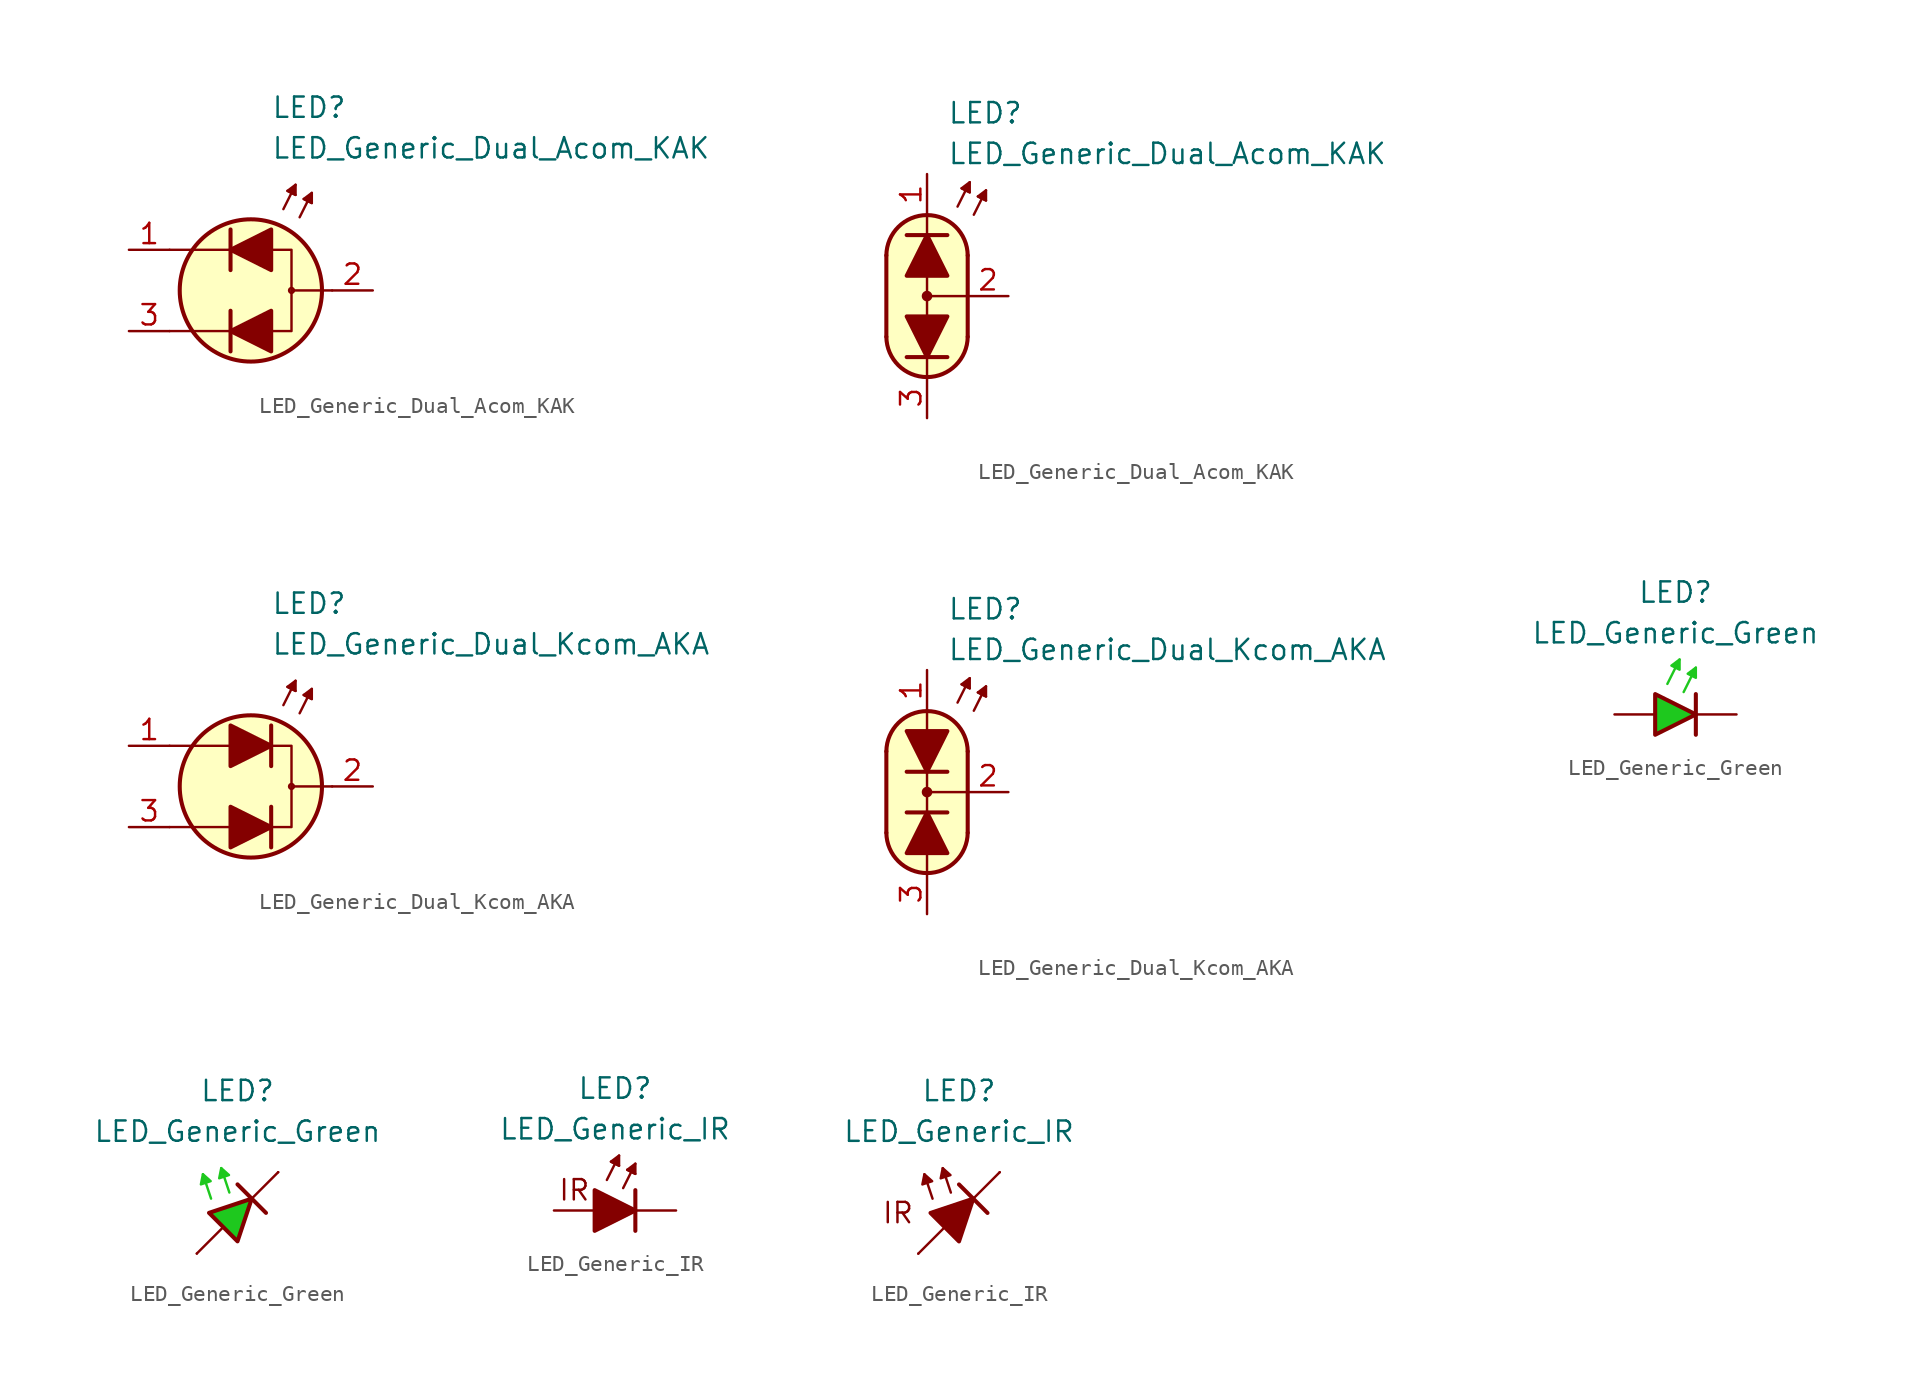
<source format=kicad_sym>
(kicad_symbol_lib
  (version 20231120)
  (generator "kicad_symbol_editor")
  (generator_version "8.0")
  (symbol "LED_Generic_Dual_Acom_KAK"
    (pin_names
      (offset 1.016) hide)
    (property "Reference" "LED"
      (at 1.27 11.43 0)
      (effects (font (size 1.27 1.27)) (justify left)))
    (property "Value" "LED_Generic_Dual_Acom_KAK"
      (at 1.27 8.89 0)
      (effects (font (size 1.27 1.27)) (justify left)))
    (symbol "LED_Generic_Dual_Acom_KAK_0_1"
      (polyline (pts (xy -1.27 -3.81) (xy -1.27 -1.27)) (stroke (width 0.254) (type default)) (fill (type none)))
      (polyline (pts (xy -1.27 -2.54) (xy -5.08 -2.54)) (stroke (width 0.152) (type default)) (fill (type none)))
      (polyline (pts (xy -1.27 -2.54) (xy 1.27 -2.54)) (stroke (width 0) (type default)) (fill (type none)))
      (polyline (pts (xy -1.27 1.27) (xy -1.27 3.81)) (stroke (width 0.254) (type default)) (fill (type none)))
      (polyline (pts (xy -1.27 2.54) (xy -5.08 2.54)) (stroke (width 0.152) (type default)) (fill (type none)))
      (polyline (pts (xy 1.27 2.54) (xy -1.27 2.54)) (stroke (width 0) (type default)) (fill (type none)))
      (polyline (pts (xy 2.032 5.08) (xy 2.794 6.604)) (stroke (width 0.152) (type default)) (fill (type none)))
      (polyline (pts (xy 2.54 6.096) (xy 2.286 6.223)) (stroke (width 0.152) (type default)) (fill (type none)))
      (polyline (pts (xy 2.54 6.096) (xy 2.794 5.969)) (stroke (width 0.152) (type default)) (fill (type none)))
      (polyline (pts (xy 3.048 4.572) (xy 3.81 6.096)) (stroke (width 0.152) (type default)) (fill (type none)))
      (polyline (pts (xy 3.556 5.588) (xy 3.302 5.715)) (stroke (width 0.152) (type default)) (fill (type none)))
      (polyline (pts (xy 3.556 5.588) (xy 3.81 5.461)) (stroke (width 0.152) (type default)) (fill (type none)))
      (polyline (pts (xy 1.27 -3.81) (xy 1.27 -1.27) (xy -1.27 -2.54) (xy 1.27 -3.81)) (stroke (width 0.254) (type default)) (fill (type outline)))
      (polyline (pts (xy 1.27 1.27) (xy 1.27 3.81) (xy -1.27 2.54) (xy 1.27 1.27)) (stroke (width 0.254) (type default)) (fill (type outline)))
      (polyline (pts (xy 2.794 5.969) (xy 2.286 6.223) (xy 2.794 6.604) (xy 2.794 5.969)) (stroke (width 0.152) (type default)) (fill (type outline)))
      (polyline (pts (xy 3.81 5.461) (xy 3.302 5.715) (xy 3.81 6.096) (xy 3.81 5.461)) (stroke (width 0.152) (type default)) (fill (type outline)))
      (circle (center 0 0) (radius 4.445) (stroke (width 0.254) (type default)) (fill (type background)))
      (circle (center 2.54 0) (radius 0.152) (stroke (width 0.152) (type default)) (fill (type none))))
    (symbol "LED_Generic_Dual_Acom_KAK_0_2"
      (arc (start -2.54 -2.54) (mid 0 -5.0576) (end 2.54 -2.54) (stroke (width 0.254) (type default)) (fill (type none)))
      (polyline (pts (xy -2.54 2.54) (xy -2.54 -2.54)) (stroke (width 0.254) (type default)) (fill (type none)))
      (polyline (pts (xy -1.27 3.81) (xy 1.27 3.81)) (stroke (width 0.254) (type default)) (fill (type none)))
      (polyline (pts (xy 0 -5.08) (xy 0 -3.81)) (stroke (width 0) (type default)) (fill (type none)))
      (polyline (pts (xy 0 -1.27) (xy 0 1.27)) (stroke (width 0) (type default)) (fill (type none)))
      (polyline (pts (xy 0 5.08) (xy 0 3.81)) (stroke (width 0) (type default)) (fill (type none)))
      (polyline (pts (xy 1.27 -3.81) (xy -1.27 -3.81)) (stroke (width 0.254) (type default)) (fill (type none)))
      (polyline (pts (xy 1.905 5.588) (xy 2.667 7.112)) (stroke (width 0.152) (type default)) (fill (type none)))
      (polyline (pts (xy 2.413 6.604) (xy 2.159 6.731)) (stroke (width 0.152) (type default)) (fill (type none)))
      (polyline (pts (xy 2.413 6.604) (xy 2.667 6.477)) (stroke (width 0.152) (type default)) (fill (type none)))
      (polyline (pts (xy 2.54 -2.54) (xy 2.54 2.54)) (stroke (width 0.254) (type default)) (fill (type none)))
      (polyline (pts (xy 2.54 0) (xy 0 0)) (stroke (width 0) (type default)) (fill (type none)))
      (polyline (pts (xy 2.921 5.08) (xy 3.683 6.604)) (stroke (width 0.152) (type default)) (fill (type none)))
      (polyline (pts (xy 3.429 6.096) (xy 3.175 6.223)) (stroke (width 0.152) (type default)) (fill (type none)))
      (polyline (pts (xy 3.429 6.096) (xy 3.683 5.969)) (stroke (width 0.152) (type default)) (fill (type none)))
      (polyline (pts (xy 2.667 6.477) (xy 2.159 6.731) (xy 2.667 7.112) (xy 2.667 6.477)) (stroke (width 0.152) (type default)) (fill (type outline)))
      (polyline (pts (xy 3.683 5.969) (xy 3.175 6.223) (xy 3.683 6.604) (xy 3.683 5.969)) (stroke (width 0.152) (type default)) (fill (type outline)))
      (polyline (pts (xy 0 5.08) (xy 1.016 4.826) (xy 1.778 4.318) (xy 2.286 3.556) (xy 2.54 3.048) (xy 2.54 -2.794) (xy 2.286 -3.556) (xy 1.778 -4.318) (xy 1.016 -4.826) (xy 0.254 -5.08) (xy -0.254 -5.08) (xy -1.016 -4.826) (xy -1.524 -4.572) (xy -2.032 -4.064) (xy -2.286 -3.556) (xy -2.54 -2.794) (xy -2.54 2.794) (xy -2.286 3.556) (xy -2.032 4.064) (xy -1.524 4.572) (xy -1.016 4.826) (xy 0 5.08)) (stroke (width 0.01) (type default)) (fill (type background)))
      (circle (center 0 0) (radius 0.254) (stroke (width 0) (type default)) (fill (type outline)))
      (arc (start 2.54 2.54) (mid 0 5.0576) (end -2.54 2.54) (stroke (width 0.254) (type default)) (fill (type none))))
    (symbol "LED_Generic_Dual_Acom_KAK_1_1"
      (polyline (pts (xy 5.08 0) (xy 2.54 0)) (stroke (width 0.152) (type default)) (fill (type none)))
      (polyline (pts (xy 1.27 2.54) (xy 2.54 2.54) (xy 2.54 -2.54) (xy 1.27 -2.54)) (stroke (width 0.152) (type default)) (fill (type none)))
      (pin passive line (at -7.62 2.54 0) (length 2.54) (name "A1" (effects (font (size 1.27 1.27)))) (number "1" (effects (font (size 1.27 1.27)))))
      (pin passive line (at 7.62 0 180) (length 2.54) (name "K" (effects (font (size 1.27 1.27)))) (number "2" (effects (font (size 1.27 1.27)))))
      (pin passive line (at -7.62 -2.54 0) (length 2.54) (name "A2" (effects (font (size 1.27 1.27)))) (number "3" (effects (font (size 1.27 1.27))))))
    (symbol "LED_Generic_Dual_Acom_KAK_1_2"
      (polyline (pts (xy -1.27 1.27) (xy 1.27 1.27) (xy 0 3.81) (xy -1.27 1.27)) (stroke (width 0.254) (type default)) (fill (type outline)))
      (polyline (pts (xy 1.27 -1.27) (xy -1.27 -1.27) (xy 0 -3.81) (xy 1.27 -1.27)) (stroke (width 0.254) (type default)) (fill (type outline)))
      (pin passive line (at 0 7.62 270) (length 2.54) (name "A1" (effects (font (size 1.27 1.27)))) (number "1" (effects (font (size 1.27 1.27)))))
      (pin passive line (at 5.08 0 180) (length 2.54) (name "K" (effects (font (size 1.27 1.27)))) (number "2" (effects (font (size 1.27 1.27)))))
      (pin passive line (at 0 -7.62 90) (length 2.54) (name "A2" (effects (font (size 1.27 1.27)))) (number "3" (effects (font (size 1.27 1.27)))))))
  (symbol "LED_Generic_Dual_Kcom_AKA"
    (pin_names
      (offset 1.016) hide)
    (property "Reference" "LED"
      (at 1.27 11.43 0)
      (effects (font (size 1.27 1.27)) (justify left)))
    (property "Value" "LED_Generic_Dual_Kcom_AKA"
      (at 1.27 8.89 0)
      (effects (font (size 1.27 1.27)) (justify left)))
    (symbol "LED_Generic_Dual_Kcom_AKA_0_1"
      (polyline (pts (xy -1.27 -2.54) (xy -5.08 -2.54)) (stroke (width 0.152) (type default)) (fill (type none)))
      (polyline (pts (xy -1.27 -2.54) (xy 1.27 -2.54)) (stroke (width 0) (type default)) (fill (type none)))
      (polyline (pts (xy -1.27 2.54) (xy -5.08 2.54)) (stroke (width 0.152) (type default)) (fill (type none)))
      (polyline (pts (xy 1.27 -1.27) (xy 1.27 -3.81)) (stroke (width 0.254) (type default)) (fill (type none)))
      (polyline (pts (xy 1.27 2.54) (xy -1.27 2.54)) (stroke (width 0) (type default)) (fill (type none)))
      (polyline (pts (xy 1.27 3.81) (xy 1.27 1.27)) (stroke (width 0.254) (type default)) (fill (type none)))
      (polyline (pts (xy 2.032 5.08) (xy 2.794 6.604)) (stroke (width 0.152) (type default)) (fill (type none)))
      (polyline (pts (xy 2.54 6.096) (xy 2.286 6.223)) (stroke (width 0.152) (type default)) (fill (type none)))
      (polyline (pts (xy 2.54 6.096) (xy 2.794 5.969)) (stroke (width 0.152) (type default)) (fill (type none)))
      (polyline (pts (xy 3.048 4.572) (xy 3.81 6.096)) (stroke (width 0.152) (type default)) (fill (type none)))
      (polyline (pts (xy 3.556 5.588) (xy 3.302 5.715)) (stroke (width 0.152) (type default)) (fill (type none)))
      (polyline (pts (xy 3.556 5.588) (xy 3.81 5.461)) (stroke (width 0.152) (type default)) (fill (type none)))
      (polyline (pts (xy -1.27 -1.27) (xy -1.27 -3.81) (xy 1.27 -2.54) (xy -1.27 -1.27)) (stroke (width 0.254) (type default)) (fill (type outline)))
      (polyline (pts (xy -1.27 3.81) (xy -1.27 1.27) (xy 1.27 2.54) (xy -1.27 3.81)) (stroke (width 0.254) (type default)) (fill (type outline)))
      (polyline (pts (xy 2.794 5.969) (xy 2.286 6.223) (xy 2.794 6.604) (xy 2.794 5.969)) (stroke (width 0.152) (type default)) (fill (type outline)))
      (polyline (pts (xy 3.81 5.461) (xy 3.302 5.715) (xy 3.81 6.096) (xy 3.81 5.461)) (stroke (width 0.152) (type default)) (fill (type outline)))
      (circle (center 0 0) (radius 4.445) (stroke (width 0.254) (type default)) (fill (type background)))
      (circle (center 2.54 0) (radius 0.152) (stroke (width 0.152) (type default)) (fill (type none))))
    (symbol "LED_Generic_Dual_Kcom_AKA_0_2"
      (arc (start -2.54 -2.54) (mid 0 -5.0576) (end 2.54 -2.54) (stroke (width 0.254) (type default)) (fill (type none)))
      (polyline (pts (xy -2.54 2.54) (xy -2.54 -2.54)) (stroke (width 0.254) (type default)) (fill (type none)))
      (polyline (pts (xy -1.27 -1.27) (xy 1.27 -1.27)) (stroke (width 0.254) (type default)) (fill (type none)))
      (polyline (pts (xy 0 -5.08) (xy 0 -3.81)) (stroke (width 0) (type default)) (fill (type none)))
      (polyline (pts (xy 0 -1.27) (xy 0 1.27)) (stroke (width 0) (type default)) (fill (type none)))
      (polyline (pts (xy 0 5.08) (xy 0 3.81)) (stroke (width 0) (type default)) (fill (type none)))
      (polyline (pts (xy 1.27 1.27) (xy -1.27 1.27)) (stroke (width 0.254) (type default)) (fill (type none)))
      (polyline (pts (xy 1.905 5.588) (xy 2.667 7.112)) (stroke (width 0.152) (type default)) (fill (type none)))
      (polyline (pts (xy 2.413 6.604) (xy 2.159 6.731)) (stroke (width 0.152) (type default)) (fill (type none)))
      (polyline (pts (xy 2.413 6.604) (xy 2.667 6.477)) (stroke (width 0.152) (type default)) (fill (type none)))
      (polyline (pts (xy 2.54 -2.54) (xy 2.54 2.54)) (stroke (width 0.254) (type default)) (fill (type none)))
      (polyline (pts (xy 2.54 0) (xy 0 0)) (stroke (width 0) (type default)) (fill (type none)))
      (polyline (pts (xy 2.921 5.08) (xy 3.683 6.604)) (stroke (width 0.152) (type default)) (fill (type none)))
      (polyline (pts (xy 3.429 6.096) (xy 3.175 6.223)) (stroke (width 0.152) (type default)) (fill (type none)))
      (polyline (pts (xy 3.429 6.096) (xy 3.683 5.969)) (stroke (width 0.152) (type default)) (fill (type none)))
      (polyline (pts (xy 2.667 6.477) (xy 2.159 6.731) (xy 2.667 7.112) (xy 2.667 6.477)) (stroke (width 0.152) (type default)) (fill (type outline)))
      (polyline (pts (xy 3.683 5.969) (xy 3.175 6.223) (xy 3.683 6.604) (xy 3.683 5.969)) (stroke (width 0.152) (type default)) (fill (type outline)))
      (polyline (pts (xy 0 5.08) (xy 1.016 4.826) (xy 1.778 4.318) (xy 2.286 3.556) (xy 2.54 3.048) (xy 2.54 -2.794) (xy 2.286 -3.556) (xy 1.778 -4.318) (xy 1.016 -4.826) (xy 0.254 -5.08) (xy -0.254 -5.08) (xy -1.016 -4.826) (xy -1.524 -4.572) (xy -2.032 -4.064) (xy -2.286 -3.556) (xy -2.54 -2.794) (xy -2.54 2.794) (xy -2.286 3.556) (xy -2.032 4.064) (xy -1.524 4.572) (xy -1.016 4.826) (xy 0 5.08)) (stroke (width 0.01) (type default)) (fill (type background)))
      (circle (center 0 0) (radius 0.254) (stroke (width 0) (type default)) (fill (type outline)))
      (arc (start 2.54 2.54) (mid 0 5.0576) (end -2.54 2.54) (stroke (width 0.254) (type default)) (fill (type none))))
    (symbol "LED_Generic_Dual_Kcom_AKA_1_1"
      (polyline (pts (xy 5.08 0) (xy 2.54 0)) (stroke (width 0.152) (type default)) (fill (type none)))
      (polyline (pts (xy 1.27 2.54) (xy 2.54 2.54) (xy 2.54 -2.54) (xy 1.27 -2.54)) (stroke (width 0.152) (type default)) (fill (type none)))
      (pin passive line (at -7.62 2.54 0) (length 2.54) (name "A1" (effects (font (size 1.27 1.27)))) (number "1" (effects (font (size 1.27 1.27)))))
      (pin passive line (at 7.62 0 180) (length 2.54) (name "K" (effects (font (size 1.27 1.27)))) (number "2" (effects (font (size 1.27 1.27)))))
      (pin passive line (at -7.62 -2.54 0) (length 2.54) (name "A2" (effects (font (size 1.27 1.27)))) (number "3" (effects (font (size 1.27 1.27))))))
    (symbol "LED_Generic_Dual_Kcom_AKA_1_2"
      (polyline (pts (xy -1.27 -3.81) (xy 1.27 -3.81) (xy 0 -1.27) (xy -1.27 -3.81)) (stroke (width 0.254) (type default)) (fill (type outline)))
      (polyline (pts (xy 1.27 3.81) (xy -1.27 3.81) (xy 0 1.27) (xy 1.27 3.81)) (stroke (width 0.254) (type default)) (fill (type outline)))
      (pin passive line (at 0 7.62 270) (length 2.54) (name "A1" (effects (font (size 1.27 1.27)))) (number "1" (effects (font (size 1.27 1.27)))))
      (pin passive line (at 5.08 0 180) (length 2.54) (name "K" (effects (font (size 1.27 1.27)))) (number "2" (effects (font (size 1.27 1.27)))))
      (pin passive line (at 0 -7.62 90) (length 2.54) (name "A2" (effects (font (size 1.27 1.27)))) (number "3" (effects (font (size 1.27 1.27)))))))
  (symbol "LED_Generic_Green"
    (pin_numbers hide)
    (pin_names
      (offset 1.016) hide)
    (property "Reference" "LED"
      (at 0 7.62 0)
      (effects (font (size 1.27 1.27))))
    (property "Value" "LED_Generic_Green"
      (at 0 5.08 0)
      (effects (font (size 1.27 1.27))))
    (symbol "LED_Generic_Green_0_1"
      (polyline (pts (xy -0.508 1.905) (xy 0.254 3.429)) (stroke (width 0.152) (type default) (color 30 200 30 1)) (fill (type none)))
      (polyline (pts (xy 0.508 1.397) (xy 1.27 2.921)) (stroke (width 0.152) (type default) (color 30 200 30 1)) (fill (type none)))
      (polyline (pts (xy 1.27 1.27) (xy 1.27 -1.27)) (stroke (width 0.254) (type default)) (fill (type none)))
      (polyline (pts (xy -1.27 1.27) (xy -1.27 -1.27) (xy 1.27 0) (xy -1.27 1.27)) (stroke (width 0.254) (type default)) (fill (type color) (color 30 200 30 1)))
      (polyline (pts (xy 0.254 2.794) (xy -0.254 3.048) (xy 0.254 3.429) (xy 0.254 2.794)) (stroke (width 0) (type solid) (color 30 200 30 1)) (fill (type outline)))
      (polyline (pts (xy 1.27 2.286) (xy 0.762 2.54) (xy 1.27 2.921) (xy 1.27 2.286)) (stroke (width 0.152) (type default) (color 30 200 30 1)) (fill (type outline))))
    (symbol "LED_Generic_Green_0_2"
      (polyline (pts (xy -2.54 -2.54) (xy -0.889 -0.889)) (stroke (width 0) (type default)) (fill (type none)))
      (polyline (pts (xy -1.651 0.889) (xy -2.159 2.413)) (stroke (width 0) (type default) (color 30 200 30 1)) (fill (type none)))
      (polyline (pts (xy -0.508 1.27) (xy -1.016 2.794)) (stroke (width 0) (type default) (color 30 200 30 1)) (fill (type none)))
      (polyline (pts (xy 0 1.778) (xy 1.778 0)) (stroke (width 0.254) (type default)) (fill (type none)))
      (polyline (pts (xy 0.889 0.889) (xy 2.54 2.54)) (stroke (width 0) (type default)) (fill (type none)))
      (polyline (pts (xy -0.889 -0.889) (xy -1.778 0) (xy 0.889 0.889) (xy 0 -1.778) (xy -0.889 -0.889)) (stroke (width 0.254) (type default)) (fill (type color) (color 30 200 30 1))))
    (symbol "LED_Generic_Green_1_1"
      (pin passive line (at 3.81 0 180) (length 2.54) (name "K" (effects (font (size 1.27 1.27)))) (number "1" (effects (font (size 1.27 1.27)))))
      (pin passive line (at -3.81 0 0) (length 2.54) (name "A" (effects (font (size 1.27 1.27)))) (number "2" (effects (font (size 1.27 1.27))))))
    (symbol "LED_Generic_Green_1_2"
      (polyline (pts (xy -2.159 2.413) (xy -2.286 1.778) (xy -1.676 1.981) (xy -2.159 2.413)) (stroke (width 0) (type default) (color 30 200 30 1)) (fill (type outline)))
      (polyline (pts (xy -1.016 2.794) (xy -1.143 2.159) (xy -0.533 2.362) (xy -1.016 2.794)) (stroke (width 0) (type default) (color 30 200 30 1)) (fill (type outline)))
      (pin passive line (at 2.54 2.54 180) (length 0) (name "K" (effects (font (size 1.27 1.27)))) (number "1" (effects (font (size 1.27 1.27)))))
      (pin passive line (at -2.54 -2.54 0) (length 0) (name "A" (effects (font (size 1.27 1.27)))) (number "2" (effects (font (size 1.27 1.27)))))))
  (symbol "LED_Generic_IR"
    (pin_numbers hide)
    (pin_names
      (offset 1.016) hide)
    (property "Reference" "LED"
      (at 0 7.62 0)
      (effects (font (size 1.27 1.27))))
    (property "Value" "LED_Generic_IR"
      (at 0 5.08 0)
      (effects (font (size 1.27 1.27))))
    (symbol "LED_Generic_IR_0_1"
      (polyline (pts (xy -0.508 1.905) (xy 0.254 3.429)) (stroke (width 0.152) (type default)) (fill (type none)))
      (polyline (pts (xy 0 2.921) (xy -0.254 3.048)) (stroke (width 0.152) (type default)) (fill (type none)))
      (polyline (pts (xy 0 2.921) (xy 0.254 2.794)) (stroke (width 0.152) (type default)) (fill (type none)))
      (polyline (pts (xy 0.508 1.397) (xy 1.27 2.921)) (stroke (width 0.152) (type default)) (fill (type none)))
      (polyline (pts (xy 1.016 2.413) (xy 0.762 2.54)) (stroke (width 0.152) (type default)) (fill (type none)))
      (polyline (pts (xy 1.016 2.413) (xy 1.27 2.286)) (stroke (width 0.152) (type default)) (fill (type none)))
      (polyline (pts (xy 1.27 0) (xy -1.27 0)) (stroke (width 0) (type default)) (fill (type none)))
      (polyline (pts (xy 1.27 1.27) (xy 1.27 -1.27)) (stroke (width 0.254) (type default)) (fill (type none)))
      (polyline (pts (xy -1.27 1.27) (xy -1.27 -1.27) (xy 1.27 0) (xy -1.27 1.27)) (stroke (width 0.254) (type default)) (fill (type outline)))
      (polyline (pts (xy 0.254 2.794) (xy -0.254 3.048) (xy 0.254 3.429) (xy 0.254 2.794)) (stroke (width 0.152) (type default)) (fill (type outline)))
      (polyline (pts (xy 1.27 2.286) (xy 0.762 2.54) (xy 1.27 2.921) (xy 1.27 2.286)) (stroke (width 0.152) (type default)) (fill (type outline)))
      (text "IR" (at -2.54 1.27 0) (effects (font (size 1.27 1.27)))))
    (symbol "LED_Generic_IR_0_2"
      (polyline (pts (xy -2.54 -2.54) (xy -0.889 -0.889)) (stroke (width 0) (type default)) (fill (type none)))
      (polyline (pts (xy -1.651 0.889) (xy -2.159 2.413)) (stroke (width 0) (type default)) (fill (type none)))
      (polyline (pts (xy -0.508 1.27) (xy -1.016 2.794)) (stroke (width 0) (type default)) (fill (type none)))
      (polyline (pts (xy 0 1.778) (xy 1.778 0)) (stroke (width 0.254) (type default)) (fill (type none)))
      (polyline (pts (xy 0.889 0.889) (xy 2.54 2.54)) (stroke (width 0) (type default)) (fill (type none)))
      (polyline (pts (xy -2.159 2.413) (xy -2.286 1.778) (xy -1.676 1.981) (xy -2.159 2.413)) (stroke (width 0) (type default)) (fill (type outline)))
      (polyline (pts (xy -1.016 2.794) (xy -1.143 2.159) (xy -0.533 2.362) (xy -1.016 2.794)) (stroke (width 0) (type default)) (fill (type outline)))
      (polyline (pts (xy -0.889 -0.889) (xy -1.778 0) (xy 0.889 0.889) (xy 0 -1.778) (xy -0.889 -0.889)) (stroke (width 0.254) (type default)) (fill (type outline)))
      (text "IR" (at -3.81 0 0) (effects (font (size 1.27 1.27)))))
    (symbol "LED_Generic_IR_1_1"
      (pin passive line (at 3.81 0 180) (length 2.54) (name "K" (effects (font (size 1.27 1.27)))) (number "1" (effects (font (size 1.27 1.27)))))
      (pin passive line (at -3.81 0 0) (length 2.54) (name "A" (effects (font (size 1.27 1.27)))) (number "2" (effects (font (size 1.27 1.27))))))
    (symbol "LED_Generic_IR_1_2"
      (pin passive line (at 2.54 2.54 180) (length 0) (name "K" (effects (font (size 1.27 1.27)))) (number "1" (effects (font (size 1.27 1.27)))))
      (pin passive line (at -2.54 -2.54 0) (length 0) (name "A" (effects (font (size 1.27 1.27)))) (number "2" (effects (font (size 1.27 1.27))))))))
</source>
